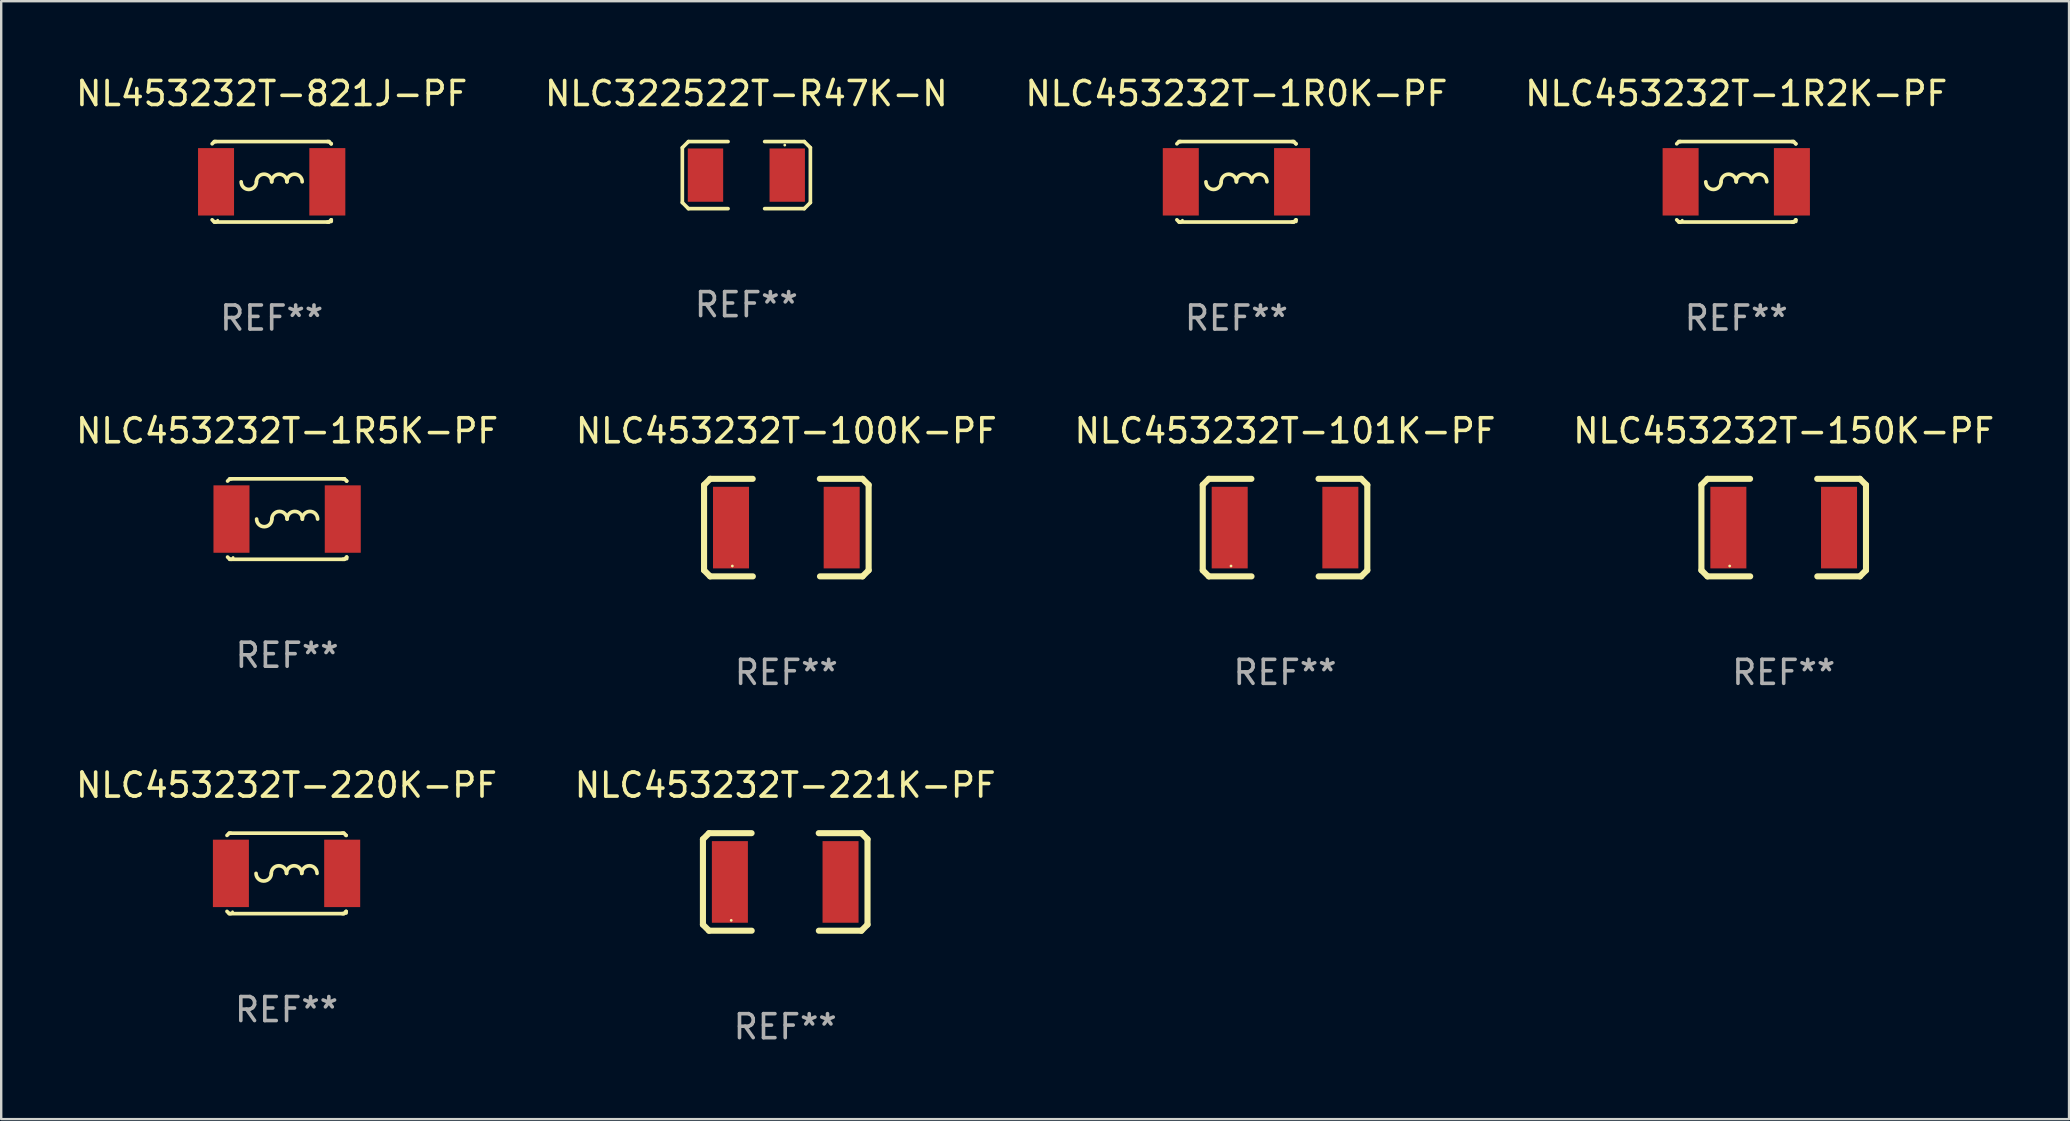
<source format=kicad_pcb>
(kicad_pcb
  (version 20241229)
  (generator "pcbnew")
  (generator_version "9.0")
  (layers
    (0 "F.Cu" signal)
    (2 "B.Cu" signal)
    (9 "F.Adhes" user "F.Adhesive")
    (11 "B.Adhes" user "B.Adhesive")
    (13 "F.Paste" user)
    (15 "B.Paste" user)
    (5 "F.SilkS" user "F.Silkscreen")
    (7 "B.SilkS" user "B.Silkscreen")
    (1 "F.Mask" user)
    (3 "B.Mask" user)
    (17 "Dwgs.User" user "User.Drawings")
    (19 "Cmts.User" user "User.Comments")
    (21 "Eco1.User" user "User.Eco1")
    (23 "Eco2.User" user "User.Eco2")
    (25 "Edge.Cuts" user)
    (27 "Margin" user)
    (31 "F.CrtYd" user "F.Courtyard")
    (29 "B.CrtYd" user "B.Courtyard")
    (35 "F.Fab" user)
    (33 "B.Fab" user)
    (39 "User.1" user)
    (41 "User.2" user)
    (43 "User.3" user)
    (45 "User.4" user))
  (footprint "NL453232T-821J-PF"
    (layer "F.Cu")
    (at 8.268 4.524)
    (property "Reference" "NL453232T-821J-PF" (at 0 -3.676 0) (layer "F.SilkS") (effects (font (size 1 1) (thickness 0.15))))
    (attr through_hole)
    (fp_line (start -2.388 -1.676) (end -2.481 -1.583) (stroke (width 0.152) (type solid)) (layer "F.SilkS"))
    (fp_line (start -2.388 1.676) (end -2.481 1.583) (stroke (width 0.152) (type solid)) (layer "F.SilkS"))
    (fp_line (start -2.326 -1.676) (end -2.388 -1.676) (stroke (width 0.152) (type solid)) (layer "F.SilkS"))
    (fp_line (start -2.326 1.676) (end -2.388 1.676) (stroke (width 0.152) (type solid)) (layer "F.SilkS"))
    (fp_line (start 2.326 -1.676) (end -2.326 -1.676) (stroke (width 0.152) (type solid)) (layer "F.SilkS"))
    (fp_line (start 2.326 -1.676) (end 2.388 -1.676) (stroke (width 0.152) (type solid)) (layer "F.SilkS"))
    (fp_line (start 2.326 1.676) (end -2.326 1.676) (stroke (width 0.152) (type solid)) (layer "F.SilkS"))
    (fp_line (start 2.326 1.676) (end 2.388 1.676) (stroke (width 0.152) (type solid)) (layer "F.SilkS"))
    (fp_line (start 2.388 -1.676) (end 2.481 -1.583) (stroke (width 0.152) (type solid)) (layer "F.SilkS"))
    (fp_line (start 2.388 1.676) (end 2.481 1.583) (stroke (width 0.152) (type solid)) (layer "F.SilkS"))
    (fp_line (start 2.481 -1.583) (end 2.481 -1.584) (stroke (width 0.152) (type solid)) (layer "F.SilkS"))
    (fp_line (start 2.481 1.584) (end 2.481 1.651) (stroke (width 0.152) (type solid)) (layer "F.SilkS"))
    (fp_arc (start -0.636018 0) (mid -0.318009 -0.318009) (end 0 0) (stroke (width 0.151994) (type solid)) (layer "F.SilkS"))
    (fp_arc (start -0.635001 0) (mid -0.95301 0.318009) (end -1.271019 0) (stroke (width 0.151994) (type solid)) (layer "F.SilkS"))
    (fp_arc (start -0.001015 0) (mid 0.316993 -0.318008) (end 0.635001 0) (stroke (width 0.151994) (type solid)) (layer "F.SilkS"))
    (fp_arc (start 0.633985 0) (mid 0.951994 -0.318009) (end 1.270003 0) (stroke (width 0.151994) (type solid)) (layer "F.SilkS"))
    (fp_circle (center -2.25 1.6) (end -2.22 1.6) (stroke (width 0.06) (type solid)) (fill no) (layer "F.SilkS"))
    (fp_text user "REF**" (at 0 5.676 0) (layer "F.Fab") (effects (font (size 1 1) (thickness 0.15))))
    (pad "1" smd rect (at -2.318 0) (size 1.5 2.808) (layers "F.Cu" "F.Mask" "F.Paste"))
    (pad "2" smd rect (at 2.318 0) (size 1.5 2.808) (layers "F.Cu" "F.Mask" "F.Paste")))
  (footprint "NLC453232T-1R0K-PF"
    (layer "F.Cu")
    (at 48.458 4.524)
    (property "Reference" "NLC453232T-1R0K-PF" (at 0 -3.676 0) (layer "F.SilkS") (effects (font (size 1 1) (thickness 0.15))))
    (attr through_hole)
    (fp_line (start -2.388 -1.676) (end -2.481 -1.583) (stroke (width 0.152) (type solid)) (layer "F.SilkS"))
    (fp_line (start -2.388 1.676) (end -2.481 1.583) (stroke (width 0.152) (type solid)) (layer "F.SilkS"))
    (fp_line (start -2.326 -1.676) (end -2.388 -1.676) (stroke (width 0.152) (type solid)) (layer "F.SilkS"))
    (fp_line (start -2.326 1.676) (end -2.388 1.676) (stroke (width 0.152) (type solid)) (layer "F.SilkS"))
    (fp_line (start 2.326 -1.676) (end -2.326 -1.676) (stroke (width 0.152) (type solid)) (layer "F.SilkS"))
    (fp_line (start 2.326 -1.676) (end 2.388 -1.676) (stroke (width 0.152) (type solid)) (layer "F.SilkS"))
    (fp_line (start 2.326 1.676) (end -2.326 1.676) (stroke (width 0.152) (type solid)) (layer "F.SilkS"))
    (fp_line (start 2.326 1.676) (end 2.388 1.676) (stroke (width 0.152) (type solid)) (layer "F.SilkS"))
    (fp_line (start 2.388 -1.676) (end 2.481 -1.583) (stroke (width 0.152) (type solid)) (layer "F.SilkS"))
    (fp_line (start 2.388 1.676) (end 2.481 1.583) (stroke (width 0.152) (type solid)) (layer "F.SilkS"))
    (fp_line (start 2.481 -1.583) (end 2.481 -1.584) (stroke (width 0.152) (type solid)) (layer "F.SilkS"))
    (fp_line (start 2.481 1.584) (end 2.481 1.651) (stroke (width 0.152) (type solid)) (layer "F.SilkS"))
    (fp_arc (start -0.636018 0) (mid -0.318009 -0.318009) (end 0 0) (stroke (width 0.151994) (type solid)) (layer "F.SilkS"))
    (fp_arc (start -0.635001 0) (mid -0.95301 0.318009) (end -1.271019 0) (stroke (width 0.151994) (type solid)) (layer "F.SilkS"))
    (fp_arc (start -0.001015 0) (mid 0.316993 -0.318008) (end 0.635001 0) (stroke (width 0.151994) (type solid)) (layer "F.SilkS"))
    (fp_arc (start 0.633985 0) (mid 0.951994 -0.318009) (end 1.270003 0) (stroke (width 0.151994) (type solid)) (layer "F.SilkS"))
    (fp_circle (center -2.25 1.6) (end -2.22 1.6) (stroke (width 0.06) (type solid)) (fill no) (layer "F.SilkS"))
    (fp_text user "REF**" (at 0 5.676 0) (layer "F.Fab") (effects (font (size 1 1) (thickness 0.15))))
    (pad "1" smd rect (at -2.318 0) (size 1.5 2.808) (layers "F.Cu" "F.Mask" "F.Paste"))
    (pad "2" smd rect (at 2.318 0) (size 1.5 2.808) (layers "F.Cu" "F.Mask" "F.Paste")))
  (footprint "NLC453232T-101K-PF"
    (layer "F.Cu")
    (at 50.482 18.929)
    (property "Reference" "NLC453232T-101K-PF" (at 0 -4.032 0) (layer "F.SilkS") (effects (font (size 1 1) (thickness 0.15))))
    (attr through_hole)
    (fp_line (start -3.428 -1.778) (end -3.174 -2.032) (stroke (width 0.254) (type solid)) (layer "F.SilkS"))
    (fp_line (start -3.428 1.778) (end -3.428 -1.778) (stroke (width 0.254) (type solid)) (layer "F.SilkS"))
    (fp_line (start -3.174 -2.032) (end -1.401 -2.032) (stroke (width 0.254) (type solid)) (layer "F.SilkS"))
    (fp_line (start -3.174 2.032) (end -3.428 1.778) (stroke (width 0.254) (type solid)) (layer "F.SilkS"))
    (fp_line (start -1.396 2.032) (end -3.174 2.032) (stroke (width 0.254) (type solid)) (layer "F.SilkS"))
    (fp_line (start 1.396 -2.032) (end 3.174 -2.032) (stroke (width 0.254) (type solid)) (layer "F.SilkS"))
    (fp_line (start 3.174 -2.032) (end 3.428 -1.778) (stroke (width 0.254) (type solid)) (layer "F.SilkS"))
    (fp_line (start 3.174 2.032) (end 1.401 2.032) (stroke (width 0.254) (type solid)) (layer "F.SilkS"))
    (fp_line (start 3.428 -1.778) (end 3.428 1.778) (stroke (width 0.254) (type solid)) (layer "F.SilkS"))
    (fp_line (start 3.428 1.778) (end 3.174 2.032) (stroke (width 0.254) (type solid)) (layer "F.SilkS"))
    (fp_circle (center -2.25 1.6) (end -2.22 1.6) (stroke (width 0.06) (type solid)) (fill no) (layer "F.SilkS"))
    (fp_text user "REF**" (at 0 6.032 0) (layer "F.Fab") (effects (font (size 1 1) (thickness 0.15))))
    (pad "1" smd rect (at -2.305 0) (size 1.5 3.4) (layers "F.Cu" "F.Mask" "F.Paste"))
    (pad "2" smd rect (at 2.305 0) (size 1.5 3.4) (layers "F.Cu" "F.Mask" "F.Paste")))
  (footprint "NLC453232T-150K-PF"
    (layer "F.Cu")
    (at 71.256 18.929)
    (property "Reference" "NLC453232T-150K-PF" (at 0 -4.032 0) (layer "F.SilkS") (effects (font (size 1 1) (thickness 0.15))))
    (attr through_hole)
    (fp_line (start -3.428 -1.778) (end -3.174 -2.032) (stroke (width 0.254) (type solid)) (layer "F.SilkS"))
    (fp_line (start -3.428 1.778) (end -3.428 -1.778) (stroke (width 0.254) (type solid)) (layer "F.SilkS"))
    (fp_line (start -3.174 -2.032) (end -1.401 -2.032) (stroke (width 0.254) (type solid)) (layer "F.SilkS"))
    (fp_line (start -3.174 2.032) (end -3.428 1.778) (stroke (width 0.254) (type solid)) (layer "F.SilkS"))
    (fp_line (start -1.396 2.032) (end -3.174 2.032) (stroke (width 0.254) (type solid)) (layer "F.SilkS"))
    (fp_line (start 1.396 -2.032) (end 3.174 -2.032) (stroke (width 0.254) (type solid)) (layer "F.SilkS"))
    (fp_line (start 3.174 -2.032) (end 3.428 -1.778) (stroke (width 0.254) (type solid)) (layer "F.SilkS"))
    (fp_line (start 3.174 2.032) (end 1.401 2.032) (stroke (width 0.254) (type solid)) (layer "F.SilkS"))
    (fp_line (start 3.428 -1.778) (end 3.428 1.778) (stroke (width 0.254) (type solid)) (layer "F.SilkS"))
    (fp_line (start 3.428 1.778) (end 3.174 2.032) (stroke (width 0.254) (type solid)) (layer "F.SilkS"))
    (fp_circle (center -2.25 1.6) (end -2.22 1.6) (stroke (width 0.06) (type solid)) (fill no) (layer "F.SilkS"))
    (fp_text user "REF**" (at 0 6.032 0) (layer "F.Fab") (effects (font (size 1 1) (thickness 0.15))))
    (pad "1" smd rect (at -2.305 0) (size 1.5 3.4) (layers "F.Cu" "F.Mask" "F.Paste"))
    (pad "2" smd rect (at 2.305 0) (size 1.5 3.4) (layers "F.Cu" "F.Mask" "F.Paste")))
  (footprint "NLC453232T-1R5K-PF"
    (layer "F.Cu")
    (at 8.911 18.573)
    (property "Reference" "NLC453232T-1R5K-PF" (at 0 -3.676 0) (layer "F.SilkS") (effects (font (size 1 1) (thickness 0.15))))
    (attr through_hole)
    (fp_line (start -2.388 -1.676) (end -2.481 -1.583) (stroke (width 0.152) (type solid)) (layer "F.SilkS"))
    (fp_line (start -2.388 1.676) (end -2.481 1.583) (stroke (width 0.152) (type solid)) (layer "F.SilkS"))
    (fp_line (start -2.326 -1.676) (end -2.388 -1.676) (stroke (width 0.152) (type solid)) (layer "F.SilkS"))
    (fp_line (start -2.326 1.676) (end -2.388 1.676) (stroke (width 0.152) (type solid)) (layer "F.SilkS"))
    (fp_line (start 2.326 -1.676) (end -2.326 -1.676) (stroke (width 0.152) (type solid)) (layer "F.SilkS"))
    (fp_line (start 2.326 -1.676) (end 2.388 -1.676) (stroke (width 0.152) (type solid)) (layer "F.SilkS"))
    (fp_line (start 2.326 1.676) (end -2.326 1.676) (stroke (width 0.152) (type solid)) (layer "F.SilkS"))
    (fp_line (start 2.326 1.676) (end 2.388 1.676) (stroke (width 0.152) (type solid)) (layer "F.SilkS"))
    (fp_line (start 2.388 -1.676) (end 2.481 -1.583) (stroke (width 0.152) (type solid)) (layer "F.SilkS"))
    (fp_line (start 2.388 1.676) (end 2.481 1.583) (stroke (width 0.152) (type solid)) (layer "F.SilkS"))
    (fp_line (start 2.481 -1.583) (end 2.481 -1.584) (stroke (width 0.152) (type solid)) (layer "F.SilkS"))
    (fp_line (start 2.481 1.584) (end 2.481 1.651) (stroke (width 0.152) (type solid)) (layer "F.SilkS"))
    (fp_arc (start -0.636018 0) (mid -0.318009 -0.318009) (end 0 0) (stroke (width 0.151994) (type solid)) (layer "F.SilkS"))
    (fp_arc (start -0.635001 0) (mid -0.95301 0.318009) (end -1.271019 0) (stroke (width 0.151994) (type solid)) (layer "F.SilkS"))
    (fp_arc (start -0.001015 0) (mid 0.316993 -0.318008) (end 0.635001 0) (stroke (width 0.151994) (type solid)) (layer "F.SilkS"))
    (fp_arc (start 0.633985 0) (mid 0.951994 -0.318009) (end 1.270003 0) (stroke (width 0.151994) (type solid)) (layer "F.SilkS"))
    (fp_circle (center -2.25 1.6) (end -2.22 1.6) (stroke (width 0.06) (type solid)) (fill no) (layer "F.SilkS"))
    (fp_text user "REF**" (at 0 5.676 0) (layer "F.Fab") (effects (font (size 1 1) (thickness 0.15))))
    (pad "1" smd rect (at -2.318 0) (size 1.5 2.808) (layers "F.Cu" "F.Mask" "F.Paste"))
    (pad "2" smd rect (at 2.318 0) (size 1.5 2.808) (layers "F.Cu" "F.Mask" "F.Paste")))
  (footprint "NLC453232T-220K-PF"
    (layer "F.Cu")
    (at 8.887 33.334)
    (property "Reference" "NLC453232T-220K-PF" (at 0 -3.676 0) (layer "F.SilkS") (effects (font (size 1 1) (thickness 0.15))))
    (attr through_hole)
    (fp_line (start -2.388 -1.676) (end -2.481 -1.583) (stroke (width 0.152) (type solid)) (layer "F.SilkS"))
    (fp_line (start -2.388 1.676) (end -2.481 1.583) (stroke (width 0.152) (type solid)) (layer "F.SilkS"))
    (fp_line (start -2.326 -1.676) (end -2.388 -1.676) (stroke (width 0.152) (type solid)) (layer "F.SilkS"))
    (fp_line (start -2.326 1.676) (end -2.388 1.676) (stroke (width 0.152) (type solid)) (layer "F.SilkS"))
    (fp_line (start 2.326 -1.676) (end -2.326 -1.676) (stroke (width 0.152) (type solid)) (layer "F.SilkS"))
    (fp_line (start 2.326 -1.676) (end 2.388 -1.676) (stroke (width 0.152) (type solid)) (layer "F.SilkS"))
    (fp_line (start 2.326 1.676) (end -2.326 1.676) (stroke (width 0.152) (type solid)) (layer "F.SilkS"))
    (fp_line (start 2.326 1.676) (end 2.388 1.676) (stroke (width 0.152) (type solid)) (layer "F.SilkS"))
    (fp_line (start 2.388 -1.676) (end 2.481 -1.583) (stroke (width 0.152) (type solid)) (layer "F.SilkS"))
    (fp_line (start 2.388 1.676) (end 2.481 1.583) (stroke (width 0.152) (type solid)) (layer "F.SilkS"))
    (fp_line (start 2.481 -1.583) (end 2.481 -1.584) (stroke (width 0.152) (type solid)) (layer "F.SilkS"))
    (fp_line (start 2.481 1.584) (end 2.481 1.651) (stroke (width 0.152) (type solid)) (layer "F.SilkS"))
    (fp_arc (start -0.636018 0) (mid -0.318009 -0.318009) (end 0 0) (stroke (width 0.151994) (type solid)) (layer "F.SilkS"))
    (fp_arc (start -0.635001 0) (mid -0.95301 0.318009) (end -1.271019 0) (stroke (width 0.151994) (type solid)) (layer "F.SilkS"))
    (fp_arc (start -0.001015 0) (mid 0.316993 -0.318008) (end 0.635001 0) (stroke (width 0.151994) (type solid)) (layer "F.SilkS"))
    (fp_arc (start 0.633985 0) (mid 0.951994 -0.318009) (end 1.270003 0) (stroke (width 0.151994) (type solid)) (layer "F.SilkS"))
    (fp_circle (center -2.25 1.6) (end -2.22 1.6) (stroke (width 0.06) (type solid)) (fill no) (layer "F.SilkS"))
    (fp_text user "REF**" (at 0 5.676 0) (layer "F.Fab") (effects (font (size 1 1) (thickness 0.15))))
    (pad "1" smd rect (at -2.318 0) (size 1.5 2.808) (layers "F.Cu" "F.Mask" "F.Paste"))
    (pad "2" smd rect (at 2.318 0) (size 1.5 2.808) (layers "F.Cu" "F.Mask" "F.Paste")))
  (footprint "NLC453232T-1R2K-PF"
    (layer "F.Cu")
    (at 69.28 4.524)
    (property "Reference" "NLC453232T-1R2K-PF" (at 0 -3.676 0) (layer "F.SilkS") (effects (font (size 1 1) (thickness 0.15))))
    (attr through_hole)
    (fp_line (start -2.388 -1.676) (end -2.481 -1.583) (stroke (width 0.152) (type solid)) (layer "F.SilkS"))
    (fp_line (start -2.388 1.676) (end -2.481 1.583) (stroke (width 0.152) (type solid)) (layer "F.SilkS"))
    (fp_line (start -2.326 -1.676) (end -2.388 -1.676) (stroke (width 0.152) (type solid)) (layer "F.SilkS"))
    (fp_line (start -2.326 1.676) (end -2.388 1.676) (stroke (width 0.152) (type solid)) (layer "F.SilkS"))
    (fp_line (start 2.326 -1.676) (end -2.326 -1.676) (stroke (width 0.152) (type solid)) (layer "F.SilkS"))
    (fp_line (start 2.326 -1.676) (end 2.388 -1.676) (stroke (width 0.152) (type solid)) (layer "F.SilkS"))
    (fp_line (start 2.326 1.676) (end -2.326 1.676) (stroke (width 0.152) (type solid)) (layer "F.SilkS"))
    (fp_line (start 2.326 1.676) (end 2.388 1.676) (stroke (width 0.152) (type solid)) (layer "F.SilkS"))
    (fp_line (start 2.388 -1.676) (end 2.481 -1.583) (stroke (width 0.152) (type solid)) (layer "F.SilkS"))
    (fp_line (start 2.388 1.676) (end 2.481 1.583) (stroke (width 0.152) (type solid)) (layer "F.SilkS"))
    (fp_line (start 2.481 -1.583) (end 2.481 -1.584) (stroke (width 0.152) (type solid)) (layer "F.SilkS"))
    (fp_line (start 2.481 1.584) (end 2.481 1.651) (stroke (width 0.152) (type solid)) (layer "F.SilkS"))
    (fp_arc (start -0.636018 0) (mid -0.318009 -0.318009) (end 0 0) (stroke (width 0.151994) (type solid)) (layer "F.SilkS"))
    (fp_arc (start -0.635001 0) (mid -0.95301 0.318009) (end -1.271019 0) (stroke (width 0.151994) (type solid)) (layer "F.SilkS"))
    (fp_arc (start -0.001015 0) (mid 0.316993 -0.318008) (end 0.635001 0) (stroke (width 0.151994) (type solid)) (layer "F.SilkS"))
    (fp_arc (start 0.633985 0) (mid 0.951994 -0.318009) (end 1.270003 0) (stroke (width 0.151994) (type solid)) (layer "F.SilkS"))
    (fp_circle (center -2.25 1.6) (end -2.22 1.6) (stroke (width 0.06) (type solid)) (fill no) (layer "F.SilkS"))
    (fp_text user "REF**" (at 0 5.676 0) (layer "F.Fab") (effects (font (size 1 1) (thickness 0.15))))
    (pad "1" smd rect (at -2.318 0) (size 1.5 2.808) (layers "F.Cu" "F.Mask" "F.Paste"))
    (pad "2" smd rect (at 2.318 0) (size 1.5 2.808) (layers "F.Cu" "F.Mask" "F.Paste")))
  (footprint "NLC322522T-R47K-N"
    (layer "F.Cu")
    (at 28.042 4.245)
    (property "Reference" "NLC322522T-R47K-N" (at 0 -3.397 0) (layer "F.SilkS") (effects (font (size 1 1) (thickness 0.15))))
    (attr through_hole)
    (fp_line (start -2.667 -1.143) (end -2.413 -1.397) (stroke (width 0.152) (type solid)) (layer "F.SilkS"))
    (fp_line (start -2.667 1.143) (end -2.667 -1.143) (stroke (width 0.152) (type solid)) (layer "F.SilkS"))
    (fp_line (start -2.413 -1.397) (end -0.762 -1.397) (stroke (width 0.152) (type solid)) (layer "F.SilkS"))
    (fp_line (start -2.413 1.397) (end -2.667 1.143) (stroke (width 0.152) (type solid)) (layer "F.SilkS"))
    (fp_line (start -0.762 1.397) (end -2.413 1.397) (stroke (width 0.152) (type solid)) (layer "F.SilkS"))
    (fp_line (start 0.762 -1.397) (end 2.413 -1.397) (stroke (width 0.152) (type solid)) (layer "F.SilkS"))
    (fp_line (start 2.413 -1.397) (end 2.667 -1.143) (stroke (width 0.152) (type solid)) (layer "F.SilkS"))
    (fp_line (start 2.413 1.397) (end 0.762 1.397) (stroke (width 0.152) (type solid)) (layer "F.SilkS"))
    (fp_line (start 2.667 -1.143) (end 2.667 1.143) (stroke (width 0.152) (type solid)) (layer "F.SilkS"))
    (fp_line (start 2.667 1.143) (end 2.413 1.397) (stroke (width 0.152) (type solid)) (layer "F.SilkS"))
    (fp_circle (center 1.6 -1.25) (end 1.63 -1.25) (stroke (width 0.06) (type solid)) (fill no) (layer "F.SilkS"))
    (fp_text user "REF**" (at 0 5.397 0) (layer "F.Fab") (effects (font (size 1 1) (thickness 0.15))))
    (pad "1" smd rect (at 1.703 0) (size 1.474 2.22) (layers "F.Cu" "F.Mask" "F.Paste"))
    (pad "2" smd rect (at -1.703 0) (size 1.474 2.22) (layers "F.Cu" "F.Mask" "F.Paste")))
  (footprint "NLC453232T-100K-PF"
    (layer "F.Cu")
    (at 29.708 18.929)
    (property "Reference" "NLC453232T-100K-PF" (at 0 -4.032 0) (layer "F.SilkS") (effects (font (size 1 1) (thickness 0.15))))
    (attr through_hole)
    (fp_line (start -3.428 -1.778) (end -3.174 -2.032) (stroke (width 0.254) (type solid)) (layer "F.SilkS"))
    (fp_line (start -3.428 1.778) (end -3.428 -1.778) (stroke (width 0.254) (type solid)) (layer "F.SilkS"))
    (fp_line (start -3.174 -2.032) (end -1.401 -2.032) (stroke (width 0.254) (type solid)) (layer "F.SilkS"))
    (fp_line (start -3.174 2.032) (end -3.428 1.778) (stroke (width 0.254) (type solid)) (layer "F.SilkS"))
    (fp_line (start -1.396 2.032) (end -3.174 2.032) (stroke (width 0.254) (type solid)) (layer "F.SilkS"))
    (fp_line (start 1.396 -2.032) (end 3.174 -2.032) (stroke (width 0.254) (type solid)) (layer "F.SilkS"))
    (fp_line (start 3.174 -2.032) (end 3.428 -1.778) (stroke (width 0.254) (type solid)) (layer "F.SilkS"))
    (fp_line (start 3.174 2.032) (end 1.401 2.032) (stroke (width 0.254) (type solid)) (layer "F.SilkS"))
    (fp_line (start 3.428 -1.778) (end 3.428 1.778) (stroke (width 0.254) (type solid)) (layer "F.SilkS"))
    (fp_line (start 3.428 1.778) (end 3.174 2.032) (stroke (width 0.254) (type solid)) (layer "F.SilkS"))
    (fp_circle (center -2.25 1.6) (end -2.22 1.6) (stroke (width 0.06) (type solid)) (fill no) (layer "F.SilkS"))
    (fp_text user "REF**" (at 0 6.032 0) (layer "F.Fab") (effects (font (size 1 1) (thickness 0.15))))
    (pad "1" smd rect (at -2.305 0) (size 1.5 3.4) (layers "F.Cu" "F.Mask" "F.Paste"))
    (pad "2" smd rect (at 2.305 0) (size 1.5 3.4) (layers "F.Cu" "F.Mask" "F.Paste")))
  (footprint "NLC453232T-221K-PF"
    (layer "F.Cu")
    (at 29.661 33.69)
    (property "Reference" "NLC453232T-221K-PF" (at 0 -4.032 0) (layer "F.SilkS") (effects (font (size 1 1) (thickness 0.15))))
    (attr through_hole)
    (fp_line (start -3.428 -1.778) (end -3.174 -2.032) (stroke (width 0.254) (type solid)) (layer "F.SilkS"))
    (fp_line (start -3.428 1.778) (end -3.428 -1.778) (stroke (width 0.254) (type solid)) (layer "F.SilkS"))
    (fp_line (start -3.174 -2.032) (end -1.401 -2.032) (stroke (width 0.254) (type solid)) (layer "F.SilkS"))
    (fp_line (start -3.174 2.032) (end -3.428 1.778) (stroke (width 0.254) (type solid)) (layer "F.SilkS"))
    (fp_line (start -1.396 2.032) (end -3.174 2.032) (stroke (width 0.254) (type solid)) (layer "F.SilkS"))
    (fp_line (start 1.396 -2.032) (end 3.174 -2.032) (stroke (width 0.254) (type solid)) (layer "F.SilkS"))
    (fp_line (start 3.174 -2.032) (end 3.428 -1.778) (stroke (width 0.254) (type solid)) (layer "F.SilkS"))
    (fp_line (start 3.174 2.032) (end 1.401 2.032) (stroke (width 0.254) (type solid)) (layer "F.SilkS"))
    (fp_line (start 3.428 -1.778) (end 3.428 1.778) (stroke (width 0.254) (type solid)) (layer "F.SilkS"))
    (fp_line (start 3.428 1.778) (end 3.174 2.032) (stroke (width 0.254) (type solid)) (layer "F.SilkS"))
    (fp_circle (center -2.25 1.6) (end -2.22 1.6) (stroke (width 0.06) (type solid)) (fill no) (layer "F.SilkS"))
    (fp_text user "REF**" (at 0 6.032 0) (layer "F.Fab") (effects (font (size 1 1) (thickness 0.15))))
    (pad "1" smd rect (at -2.305 0) (size 1.5 3.4) (layers "F.Cu" "F.Mask" "F.Paste"))
    (pad "2" smd rect (at 2.305 0) (size 1.5 3.4) (layers "F.Cu" "F.Mask" "F.Paste")))
  (gr_rect
    (start -3 -3)
    (end 83.143 43.57)
    (stroke (width 0.1) (type default))
    (fill no)
    (layer "Edge.Cuts")))
</source>
